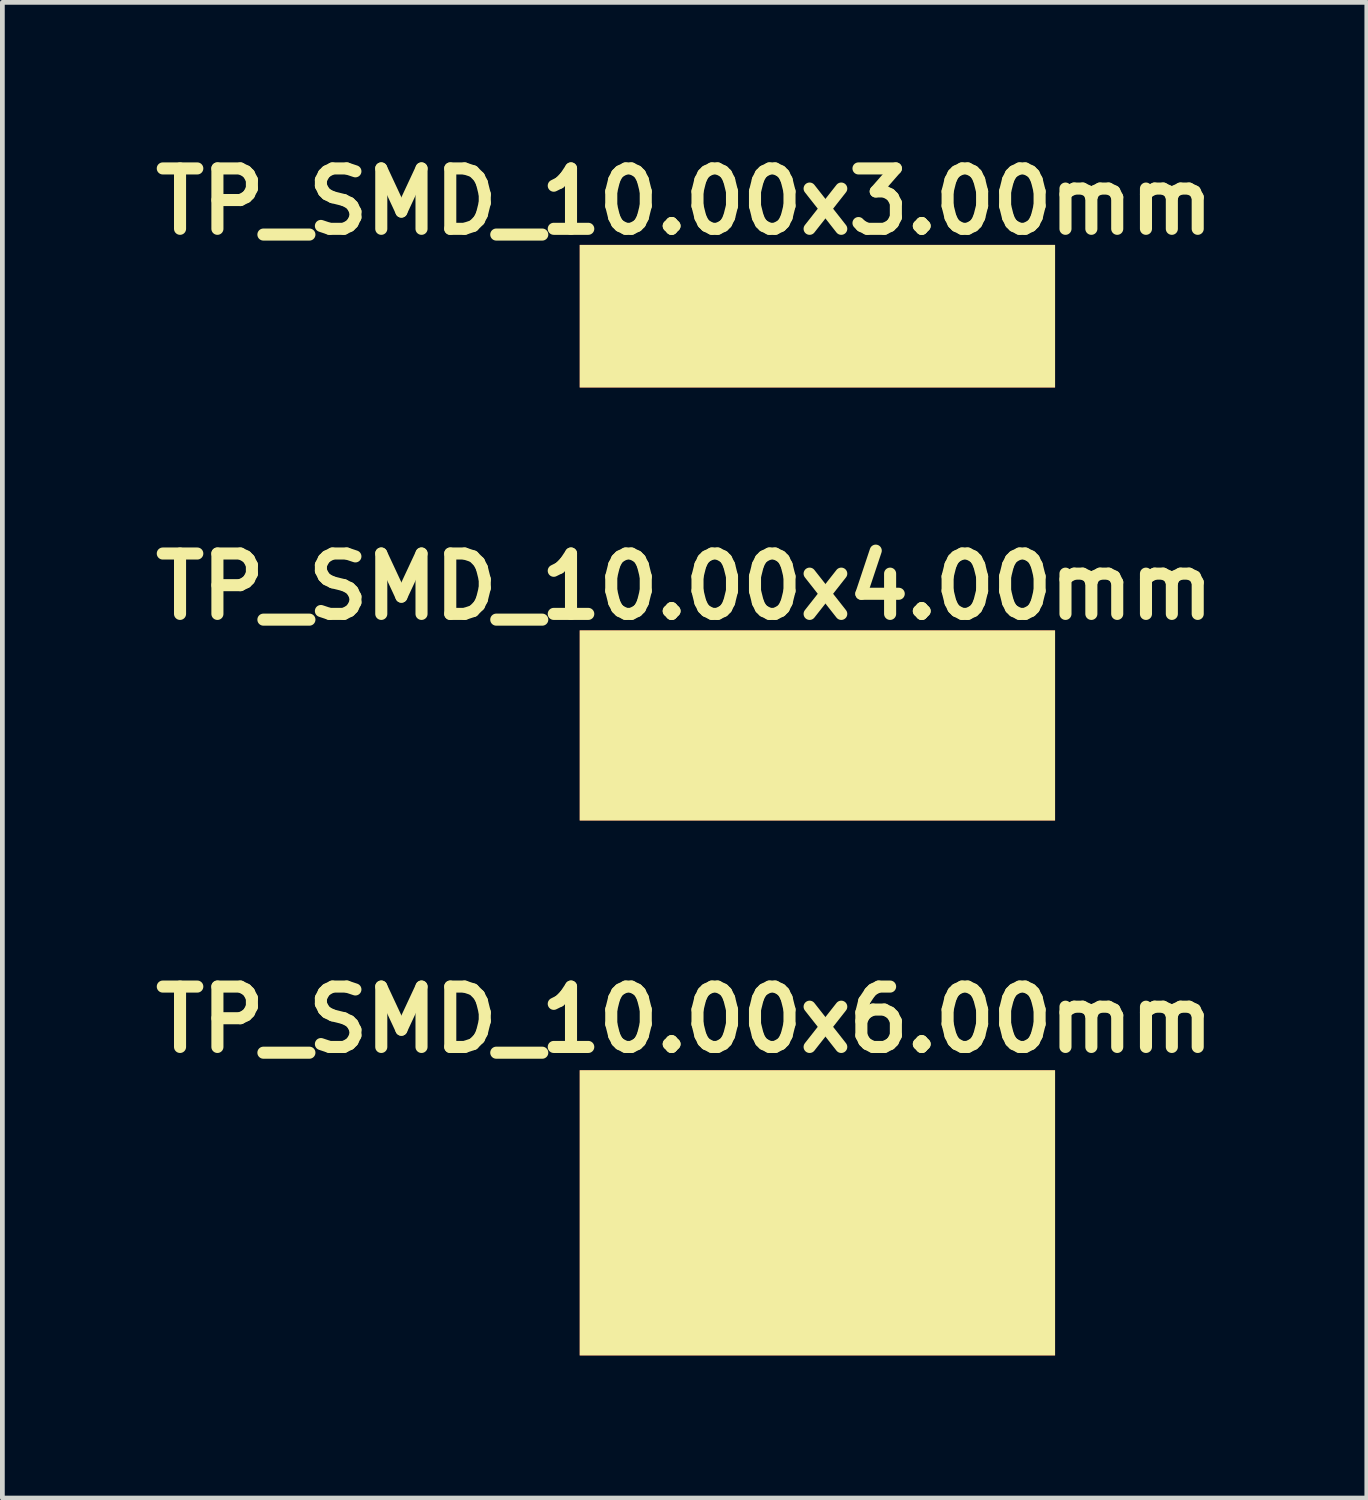
<source format=kicad_pcb>
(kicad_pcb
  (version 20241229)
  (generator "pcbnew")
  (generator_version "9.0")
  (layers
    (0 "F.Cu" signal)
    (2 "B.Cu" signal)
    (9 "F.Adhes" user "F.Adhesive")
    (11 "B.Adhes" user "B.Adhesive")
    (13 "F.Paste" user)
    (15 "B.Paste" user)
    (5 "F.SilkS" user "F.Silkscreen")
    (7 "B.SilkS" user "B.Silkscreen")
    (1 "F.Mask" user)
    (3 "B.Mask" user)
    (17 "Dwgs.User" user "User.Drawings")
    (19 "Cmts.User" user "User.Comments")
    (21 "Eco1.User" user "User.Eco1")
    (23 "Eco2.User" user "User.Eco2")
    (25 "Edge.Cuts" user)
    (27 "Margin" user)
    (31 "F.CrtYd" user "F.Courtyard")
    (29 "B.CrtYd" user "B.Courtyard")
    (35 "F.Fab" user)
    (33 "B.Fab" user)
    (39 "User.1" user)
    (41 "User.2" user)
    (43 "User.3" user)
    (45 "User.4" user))
  (footprint "TP_SMD_10.00x3.00mm"
    (layer "F.Cu")
    (at 14.145 3.602)
    (property "Reference" "TP_SMD_10.00x3.00mm" (at -2.794 -2.413 0) (layer "F.SilkS") (effects (font (size 1.27 1.27) (thickness 0.254))))
    (attr exclude_from_pos_files exclude_from_bom)
    (pad "1" smd rect (at 0 0) (size 10 3) (layers "F.Cu" "F.Mask" "F.SilkS")))
  (footprint "TP_SMD_10.00x4.00mm"
    (layer "F.Cu")
    (at 14.145 12.211)
    (property "Reference" "TP_SMD_10.00x4.00mm" (at -2.794 -2.921 0) (layer "F.SilkS") (effects (font (size 1.27 1.27) (thickness 0.254))))
    (attr exclude_from_pos_files exclude_from_bom)
    (pad "1" smd rect (at 0 0) (size 10 4) (layers "F.Cu" "F.Mask" "F.SilkS")))
  (footprint "TP_SMD_10.00x6.00mm"
    (layer "F.Cu")
    (at 14.145 22.464)
    (property "Reference" "TP_SMD_10.00x6.00mm" (at -2.794 -4.064 0) (layer "F.SilkS") (effects (font (size 1.27 1.27) (thickness 0.254))))
    (attr exclude_from_pos_files exclude_from_bom)
    (pad "1" smd rect (at 0 0) (size 10 6) (layers "F.Cu" "F.Mask" "F.SilkS")))
  (gr_rect
    (start -3 -3)
    (end 25.703 28.464)
    (stroke (width 0.1) (type default))
    (fill no)
    (layer "Edge.Cuts")))
</source>
